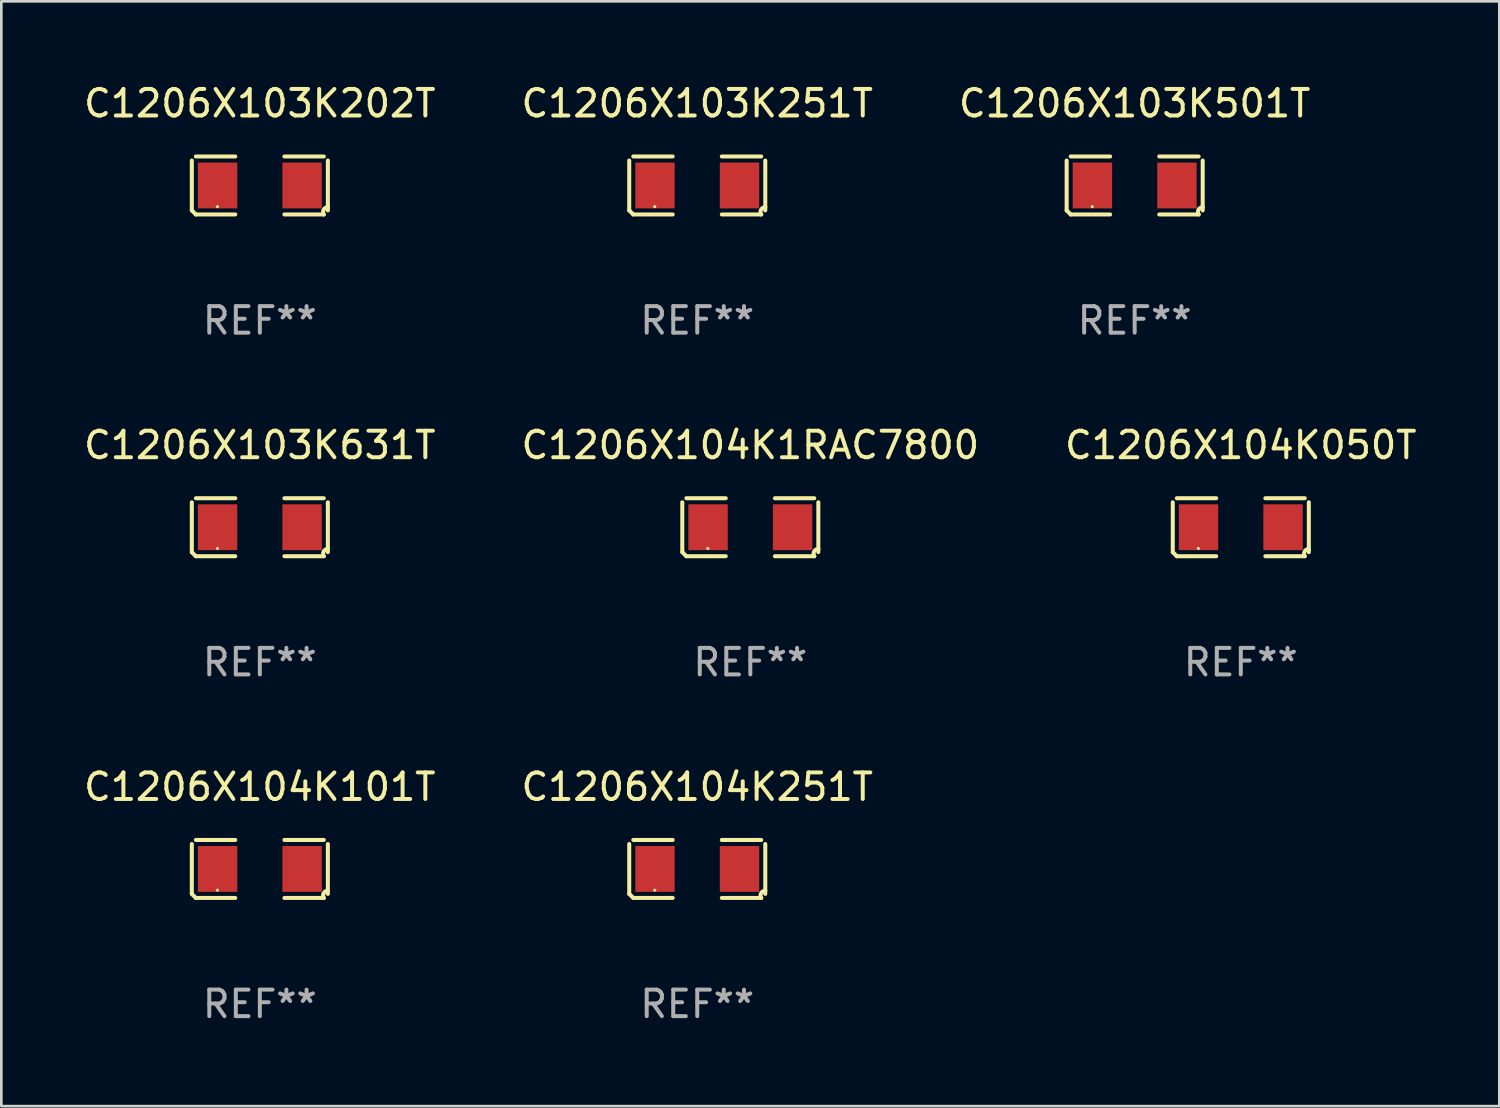
<source format=kicad_pcb>
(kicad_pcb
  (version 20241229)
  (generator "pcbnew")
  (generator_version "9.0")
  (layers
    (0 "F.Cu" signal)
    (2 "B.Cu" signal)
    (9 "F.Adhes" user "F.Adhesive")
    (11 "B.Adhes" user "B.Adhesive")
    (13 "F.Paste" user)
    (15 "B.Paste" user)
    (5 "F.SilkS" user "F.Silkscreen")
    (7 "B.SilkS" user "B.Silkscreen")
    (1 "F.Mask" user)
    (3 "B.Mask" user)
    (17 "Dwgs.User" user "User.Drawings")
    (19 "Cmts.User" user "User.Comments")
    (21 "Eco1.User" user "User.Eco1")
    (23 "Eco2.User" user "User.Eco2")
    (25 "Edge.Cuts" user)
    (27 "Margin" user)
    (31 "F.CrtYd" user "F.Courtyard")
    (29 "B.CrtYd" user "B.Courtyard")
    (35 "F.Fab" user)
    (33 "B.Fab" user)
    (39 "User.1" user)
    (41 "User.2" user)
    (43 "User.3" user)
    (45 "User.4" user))
  (footprint "C1206X103K251T"
    (layer "F.Cu")
    (at 23.232 3.941)
    (property "Reference" "C1206X103K251T" (at 0 -3.093 0) (layer "F.SilkS") (effects (font (size 1 1) (thickness 0.15))))
    (attr through_hole)
    (fp_line (start -2.564 0.94) (end -2.564 -0.94) (stroke (width 0.152) (type solid)) (layer "F.SilkS"))
    (fp_line (start -2.411 -1.093) (end -0.926 -1.093) (stroke (width 0.152) (type solid)) (layer "F.SilkS"))
    (fp_line (start -0.926 1.093) (end -2.411 1.093) (stroke (width 0.152) (type solid)) (layer "F.SilkS"))
    (fp_line (start 0.926 1.093) (end 2.411 1.093) (stroke (width 0.152) (type solid)) (layer "F.SilkS"))
    (fp_line (start 2.411 -1.093) (end 0.926 -1.093) (stroke (width 0.152) (type solid)) (layer "F.SilkS"))
    (fp_line (start 2.564 0.94) (end 2.564 -0.94) (stroke (width 0.152) (type solid)) (layer "F.SilkS"))
    (fp_arc (start -2.411201 1.092609) (mid -2.487413 1.01642) (end -2.563602 0.940208) (stroke (width 0.1524) (type solid)) (layer "F.SilkS"))
    (fp_arc (start 2.411201 1.092609) (mid 2.407159 0.911226) (end 2.563602 0.819347) (stroke (width 0.1524) (type solid)) (layer "F.SilkS"))
    (fp_circle (center -1.6 0.8) (end -1.57 0.8) (stroke (width 0.06) (type solid)) (fill no) (layer "F.SilkS"))
    (fp_text user "REF**" (at 0 5.093 0) (layer "F.Fab") (effects (font (size 1 1) (thickness 0.15))))
    (pad "1" smd rect (at -1.593 0) (size 1.485 1.728) (layers "F.Cu" "F.Mask" "F.Paste"))
    (pad "2" smd rect (at 1.593 0) (size 1.485 1.728) (layers "F.Cu" "F.Mask" "F.Paste")))
  (footprint "C1206X104K101T"
    (layer "F.Cu")
    (at 6.744 29.704)
    (property "Reference" "C1206X104K101T" (at 0 -3.093 0) (layer "F.SilkS") (effects (font (size 1 1) (thickness 0.15))))
    (attr through_hole)
    (fp_line (start -2.564 0.94) (end -2.564 -0.94) (stroke (width 0.152) (type solid)) (layer "F.SilkS"))
    (fp_line (start -2.411 -1.093) (end -0.926 -1.093) (stroke (width 0.152) (type solid)) (layer "F.SilkS"))
    (fp_line (start -0.926 1.093) (end -2.411 1.093) (stroke (width 0.152) (type solid)) (layer "F.SilkS"))
    (fp_line (start 0.926 1.093) (end 2.411 1.093) (stroke (width 0.152) (type solid)) (layer "F.SilkS"))
    (fp_line (start 2.411 -1.093) (end 0.926 -1.093) (stroke (width 0.152) (type solid)) (layer "F.SilkS"))
    (fp_line (start 2.564 0.94) (end 2.564 -0.94) (stroke (width 0.152) (type solid)) (layer "F.SilkS"))
    (fp_arc (start -2.411201 1.092609) (mid -2.487413 1.01642) (end -2.563602 0.940208) (stroke (width 0.1524) (type solid)) (layer "F.SilkS"))
    (fp_arc (start 2.411201 1.092609) (mid 2.407159 0.911226) (end 2.563602 0.819347) (stroke (width 0.1524) (type solid)) (layer "F.SilkS"))
    (fp_circle (center -1.6 0.8) (end -1.57 0.8) (stroke (width 0.06) (type solid)) (fill no) (layer "F.SilkS"))
    (fp_text user "REF**" (at 0 5.093 0) (layer "F.Fab") (effects (font (size 1 1) (thickness 0.15))))
    (pad "1" smd rect (at -1.593 0) (size 1.485 1.728) (layers "F.Cu" "F.Mask" "F.Paste"))
    (pad "2" smd rect (at 1.593 0) (size 1.485 1.728) (layers "F.Cu" "F.Mask" "F.Paste")))
  (footprint "C1206X104K1RAC7800"
    (layer "F.Cu")
    (at 25.232 16.823)
    (property "Reference" "C1206X104K1RAC7800" (at 0 -3.093 0) (layer "F.SilkS") (effects (font (size 1 1) (thickness 0.15))))
    (attr through_hole)
    (fp_line (start -2.564 0.94) (end -2.564 -0.94) (stroke (width 0.152) (type solid)) (layer "F.SilkS"))
    (fp_line (start -2.411 -1.093) (end -0.926 -1.093) (stroke (width 0.152) (type solid)) (layer "F.SilkS"))
    (fp_line (start -0.926 1.093) (end -2.411 1.093) (stroke (width 0.152) (type solid)) (layer "F.SilkS"))
    (fp_line (start 0.926 1.093) (end 2.411 1.093) (stroke (width 0.152) (type solid)) (layer "F.SilkS"))
    (fp_line (start 2.411 -1.093) (end 0.926 -1.093) (stroke (width 0.152) (type solid)) (layer "F.SilkS"))
    (fp_line (start 2.564 0.94) (end 2.564 -0.94) (stroke (width 0.152) (type solid)) (layer "F.SilkS"))
    (fp_arc (start -2.411201 1.092609) (mid -2.487413 1.01642) (end -2.563602 0.940208) (stroke (width 0.1524) (type solid)) (layer "F.SilkS"))
    (fp_arc (start 2.411201 1.092609) (mid 2.407159 0.911226) (end 2.563602 0.819347) (stroke (width 0.1524) (type solid)) (layer "F.SilkS"))
    (fp_circle (center -1.6 0.8) (end -1.57 0.8) (stroke (width 0.06) (type solid)) (fill no) (layer "F.SilkS"))
    (fp_text user "REF**" (at 0 5.093 0) (layer "F.Fab") (effects (font (size 1 1) (thickness 0.15))))
    (pad "1" smd rect (at -1.593 0) (size 1.485 1.728) (layers "F.Cu" "F.Mask" "F.Paste"))
    (pad "2" smd rect (at 1.593 0) (size 1.485 1.728) (layers "F.Cu" "F.Mask" "F.Paste")))
  (footprint "C1206X104K050T"
    (layer "F.Cu")
    (at 43.72 16.823)
    (property "Reference" "C1206X104K050T" (at 0 -3.093 0) (layer "F.SilkS") (effects (font (size 1 1) (thickness 0.15))))
    (attr through_hole)
    (fp_line (start -2.564 0.94) (end -2.564 -0.94) (stroke (width 0.152) (type solid)) (layer "F.SilkS"))
    (fp_line (start -2.411 -1.093) (end -0.926 -1.093) (stroke (width 0.152) (type solid)) (layer "F.SilkS"))
    (fp_line (start -0.926 1.093) (end -2.411 1.093) (stroke (width 0.152) (type solid)) (layer "F.SilkS"))
    (fp_line (start 0.926 1.093) (end 2.411 1.093) (stroke (width 0.152) (type solid)) (layer "F.SilkS"))
    (fp_line (start 2.411 -1.093) (end 0.926 -1.093) (stroke (width 0.152) (type solid)) (layer "F.SilkS"))
    (fp_line (start 2.564 0.94) (end 2.564 -0.94) (stroke (width 0.152) (type solid)) (layer "F.SilkS"))
    (fp_arc (start -2.411201 1.092609) (mid -2.487413 1.01642) (end -2.563602 0.940208) (stroke (width 0.1524) (type solid)) (layer "F.SilkS"))
    (fp_arc (start 2.411201 1.092609) (mid 2.407159 0.911226) (end 2.563602 0.819347) (stroke (width 0.1524) (type solid)) (layer "F.SilkS"))
    (fp_circle (center -1.6 0.8) (end -1.57 0.8) (stroke (width 0.06) (type solid)) (fill no) (layer "F.SilkS"))
    (fp_text user "REF**" (at 0 5.093 0) (layer "F.Fab") (effects (font (size 1 1) (thickness 0.15))))
    (pad "1" smd rect (at -1.593 0) (size 1.485 1.728) (layers "F.Cu" "F.Mask" "F.Paste"))
    (pad "2" smd rect (at 1.593 0) (size 1.485 1.728) (layers "F.Cu" "F.Mask" "F.Paste")))
  (footprint "C1206X104K251T"
    (layer "F.Cu")
    (at 23.232 29.704)
    (property "Reference" "C1206X104K251T" (at 0 -3.093 0) (layer "F.SilkS") (effects (font (size 1 1) (thickness 0.15))))
    (attr through_hole)
    (fp_line (start -2.564 0.94) (end -2.564 -0.94) (stroke (width 0.152) (type solid)) (layer "F.SilkS"))
    (fp_line (start -2.411 -1.093) (end -0.926 -1.093) (stroke (width 0.152) (type solid)) (layer "F.SilkS"))
    (fp_line (start -0.926 1.093) (end -2.411 1.093) (stroke (width 0.152) (type solid)) (layer "F.SilkS"))
    (fp_line (start 0.926 1.093) (end 2.411 1.093) (stroke (width 0.152) (type solid)) (layer "F.SilkS"))
    (fp_line (start 2.411 -1.093) (end 0.926 -1.093) (stroke (width 0.152) (type solid)) (layer "F.SilkS"))
    (fp_line (start 2.564 0.94) (end 2.564 -0.94) (stroke (width 0.152) (type solid)) (layer "F.SilkS"))
    (fp_arc (start -2.411201 1.092609) (mid -2.487413 1.01642) (end -2.563602 0.940208) (stroke (width 0.1524) (type solid)) (layer "F.SilkS"))
    (fp_arc (start 2.411201 1.092609) (mid 2.407159 0.911226) (end 2.563602 0.819347) (stroke (width 0.1524) (type solid)) (layer "F.SilkS"))
    (fp_circle (center -1.6 0.8) (end -1.57 0.8) (stroke (width 0.06) (type solid)) (fill no) (layer "F.SilkS"))
    (fp_text user "REF**" (at 0 5.093 0) (layer "F.Fab") (effects (font (size 1 1) (thickness 0.15))))
    (pad "1" smd rect (at -1.593 0) (size 1.485 1.728) (layers "F.Cu" "F.Mask" "F.Paste"))
    (pad "2" smd rect (at 1.593 0) (size 1.485 1.728) (layers "F.Cu" "F.Mask" "F.Paste")))
  (footprint "C1206X103K501T"
    (layer "F.Cu")
    (at 39.72 3.941)
    (property "Reference" "C1206X103K501T" (at 0 -3.093 0) (layer "F.SilkS") (effects (font (size 1 1) (thickness 0.15))))
    (attr through_hole)
    (fp_line (start -2.564 0.94) (end -2.564 -0.94) (stroke (width 0.152) (type solid)) (layer "F.SilkS"))
    (fp_line (start -2.411 -1.093) (end -0.926 -1.093) (stroke (width 0.152) (type solid)) (layer "F.SilkS"))
    (fp_line (start -0.926 1.093) (end -2.411 1.093) (stroke (width 0.152) (type solid)) (layer "F.SilkS"))
    (fp_line (start 0.926 1.093) (end 2.411 1.093) (stroke (width 0.152) (type solid)) (layer "F.SilkS"))
    (fp_line (start 2.411 -1.093) (end 0.926 -1.093) (stroke (width 0.152) (type solid)) (layer "F.SilkS"))
    (fp_line (start 2.564 0.94) (end 2.564 -0.94) (stroke (width 0.152) (type solid)) (layer "F.SilkS"))
    (fp_arc (start -2.411201 1.092609) (mid -2.487413 1.01642) (end -2.563602 0.940208) (stroke (width 0.1524) (type solid)) (layer "F.SilkS"))
    (fp_arc (start 2.411201 1.092609) (mid 2.407159 0.911226) (end 2.563602 0.819347) (stroke (width 0.1524) (type solid)) (layer "F.SilkS"))
    (fp_circle (center -1.6 0.8) (end -1.57 0.8) (stroke (width 0.06) (type solid)) (fill no) (layer "F.SilkS"))
    (fp_text user "REF**" (at 0 5.093 0) (layer "F.Fab") (effects (font (size 1 1) (thickness 0.15))))
    (pad "1" smd rect (at -1.593 0) (size 1.485 1.728) (layers "F.Cu" "F.Mask" "F.Paste"))
    (pad "2" smd rect (at 1.593 0) (size 1.485 1.728) (layers "F.Cu" "F.Mask" "F.Paste")))
  (footprint "C1206X103K631T"
    (layer "F.Cu")
    (at 6.744 16.823)
    (property "Reference" "C1206X103K631T" (at 0 -3.093 0) (layer "F.SilkS") (effects (font (size 1 1) (thickness 0.15))))
    (attr through_hole)
    (fp_line (start -2.564 0.94) (end -2.564 -0.94) (stroke (width 0.152) (type solid)) (layer "F.SilkS"))
    (fp_line (start -2.411 -1.093) (end -0.926 -1.093) (stroke (width 0.152) (type solid)) (layer "F.SilkS"))
    (fp_line (start -0.926 1.093) (end -2.411 1.093) (stroke (width 0.152) (type solid)) (layer "F.SilkS"))
    (fp_line (start 0.926 1.093) (end 2.411 1.093) (stroke (width 0.152) (type solid)) (layer "F.SilkS"))
    (fp_line (start 2.411 -1.093) (end 0.926 -1.093) (stroke (width 0.152) (type solid)) (layer "F.SilkS"))
    (fp_line (start 2.564 0.94) (end 2.564 -0.94) (stroke (width 0.152) (type solid)) (layer "F.SilkS"))
    (fp_arc (start -2.411201 1.092609) (mid -2.487413 1.01642) (end -2.563602 0.940208) (stroke (width 0.1524) (type solid)) (layer "F.SilkS"))
    (fp_arc (start 2.411201 1.092609) (mid 2.407159 0.911226) (end 2.563602 0.819347) (stroke (width 0.1524) (type solid)) (layer "F.SilkS"))
    (fp_circle (center -1.6 0.8) (end -1.57 0.8) (stroke (width 0.06) (type solid)) (fill no) (layer "F.SilkS"))
    (fp_text user "REF**" (at 0 5.093 0) (layer "F.Fab") (effects (font (size 1 1) (thickness 0.15))))
    (pad "1" smd rect (at -1.593 0) (size 1.485 1.728) (layers "F.Cu" "F.Mask" "F.Paste"))
    (pad "2" smd rect (at 1.593 0) (size 1.485 1.728) (layers "F.Cu" "F.Mask" "F.Paste")))
  (footprint "C1206X103K202T"
    (layer "F.Cu")
    (at 6.744 3.941)
    (property "Reference" "C1206X103K202T" (at 0 -3.093 0) (layer "F.SilkS") (effects (font (size 1 1) (thickness 0.15))))
    (attr through_hole)
    (fp_line (start -2.564 0.94) (end -2.564 -0.94) (stroke (width 0.152) (type solid)) (layer "F.SilkS"))
    (fp_line (start -2.411 -1.093) (end -0.926 -1.093) (stroke (width 0.152) (type solid)) (layer "F.SilkS"))
    (fp_line (start -0.926 1.093) (end -2.411 1.093) (stroke (width 0.152) (type solid)) (layer "F.SilkS"))
    (fp_line (start 0.926 1.093) (end 2.411 1.093) (stroke (width 0.152) (type solid)) (layer "F.SilkS"))
    (fp_line (start 2.411 -1.093) (end 0.926 -1.093) (stroke (width 0.152) (type solid)) (layer "F.SilkS"))
    (fp_line (start 2.564 0.94) (end 2.564 -0.94) (stroke (width 0.152) (type solid)) (layer "F.SilkS"))
    (fp_arc (start -2.411201 1.092609) (mid -2.487413 1.01642) (end -2.563602 0.940208) (stroke (width 0.1524) (type solid)) (layer "F.SilkS"))
    (fp_arc (start 2.411201 1.092609) (mid 2.407159 0.911226) (end 2.563602 0.819347) (stroke (width 0.1524) (type solid)) (layer "F.SilkS"))
    (fp_circle (center -1.6 0.8) (end -1.57 0.8) (stroke (width 0.06) (type solid)) (fill no) (layer "F.SilkS"))
    (fp_text user "REF**" (at 0 5.093 0) (layer "F.Fab") (effects (font (size 1 1) (thickness 0.15))))
    (pad "1" smd rect (at -1.593 0) (size 1.485 1.728) (layers "F.Cu" "F.Mask" "F.Paste"))
    (pad "2" smd rect (at 1.593 0) (size 1.485 1.728) (layers "F.Cu" "F.Mask" "F.Paste")))
  (gr_rect
    (start -3 -3)
    (end 53.464 38.645)
    (stroke (width 0.1) (type default))
    (fill no)
    (layer "Edge.Cuts")))
</source>
